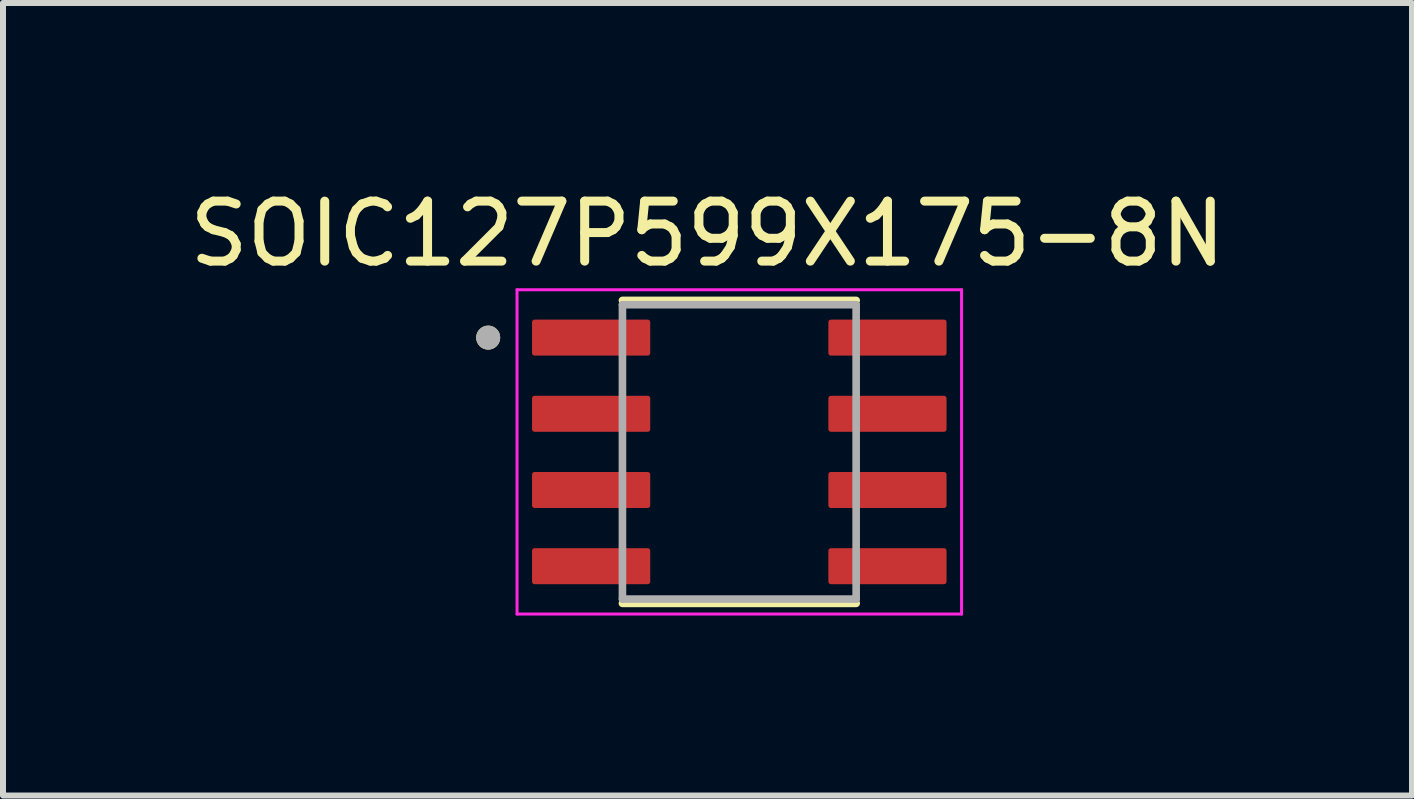
<source format=kicad_pcb>
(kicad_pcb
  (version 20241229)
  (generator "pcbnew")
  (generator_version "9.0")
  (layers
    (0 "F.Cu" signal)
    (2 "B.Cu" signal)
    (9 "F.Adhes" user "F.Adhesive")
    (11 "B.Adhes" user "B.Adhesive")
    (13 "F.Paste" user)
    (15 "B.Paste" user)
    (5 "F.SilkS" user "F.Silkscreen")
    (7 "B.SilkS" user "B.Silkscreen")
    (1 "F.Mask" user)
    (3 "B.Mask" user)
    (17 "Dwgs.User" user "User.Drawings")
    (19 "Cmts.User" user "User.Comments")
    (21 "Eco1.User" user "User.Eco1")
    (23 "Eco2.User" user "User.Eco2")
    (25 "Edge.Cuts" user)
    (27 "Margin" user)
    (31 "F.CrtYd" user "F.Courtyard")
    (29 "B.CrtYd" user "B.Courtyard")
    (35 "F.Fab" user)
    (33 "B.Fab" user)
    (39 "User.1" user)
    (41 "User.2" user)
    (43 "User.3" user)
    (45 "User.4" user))
  (footprint "SOIC127P599X175-8N"
    (layer "F.Cu")
    (at 9.274 4.483)
    (property "Reference" "SOIC127P599X175-8N" (at -0.53 -3.635 0) (layer "F.SilkS") (effects (font (size 1 1) (thickness 0.15))))
    (attr through_hole)
    (fp_line (start -1.948 -2.525) (end 1.948 -2.525) (stroke (width 0.127) (type solid)) (layer "F.SilkS"))
    (fp_line (start -1.948 2.525) (end 1.948 2.525) (stroke (width 0.127) (type solid)) (layer "F.SilkS"))
    (fp_circle (center -4.186 -1.905) (end -4.086 -1.905) (stroke (width 0.2) (type solid)) (fill no) (layer "F.SilkS"))
    (fp_line (start -3.705 -2.703) (end -3.705 2.703) (stroke (width 0.05) (type solid)) (layer "F.CrtYd"))
    (fp_line (start -3.705 -2.703) (end 3.705 -2.703) (stroke (width 0.05) (type solid)) (layer "F.CrtYd"))
    (fp_line (start -3.705 2.703) (end 3.705 2.703) (stroke (width 0.05) (type solid)) (layer "F.CrtYd"))
    (fp_line (start 3.705 -2.703) (end 3.705 2.703) (stroke (width 0.05) (type solid)) (layer "F.CrtYd"))
    (fp_line (start -1.948 -2.453) (end -1.948 2.453) (stroke (width 0.127) (type solid)) (layer "F.Fab"))
    (fp_line (start -1.948 -2.453) (end 1.948 -2.453) (stroke (width 0.127) (type solid)) (layer "F.Fab"))
    (fp_line (start -1.948 2.453) (end 1.948 2.453) (stroke (width 0.127) (type solid)) (layer "F.Fab"))
    (fp_line (start 1.948 -2.453) (end 1.948 2.453) (stroke (width 0.127) (type solid)) (layer "F.Fab"))
    (fp_circle (center -4.186 -1.905) (end -4.086 -1.905) (stroke (width 0.2) (type solid)) (fill no) (layer "F.Fab"))
    (pad "1" smd roundrect (at -2.47 -1.905) (size 1.97 0.6) (layers "F.Cu" "F.Mask" "F.Paste") (roundrect_rratio 0.07))
    (pad "2" smd roundrect (at -2.47 -0.635) (size 1.97 0.6) (layers "F.Cu" "F.Mask" "F.Paste") (roundrect_rratio 0.07))
    (pad "3" smd roundrect (at -2.47 0.635) (size 1.97 0.6) (layers "F.Cu" "F.Mask" "F.Paste") (roundrect_rratio 0.07))
    (pad "4" smd roundrect (at -2.47 1.905) (size 1.97 0.6) (layers "F.Cu" "F.Mask" "F.Paste") (roundrect_rratio 0.07))
    (pad "5" smd roundrect (at 2.47 1.905) (size 1.97 0.6) (layers "F.Cu" "F.Mask" "F.Paste") (roundrect_rratio 0.07))
    (pad "6" smd roundrect (at 2.47 0.635) (size 1.97 0.6) (layers "F.Cu" "F.Mask" "F.Paste") (roundrect_rratio 0.07))
    (pad "7" smd roundrect (at 2.47 -0.635) (size 1.97 0.6) (layers "F.Cu" "F.Mask" "F.Paste") (roundrect_rratio 0.07))
    (pad "8" smd roundrect (at 2.47 -1.905) (size 1.97 0.6) (layers "F.Cu" "F.Mask" "F.Paste") (roundrect_rratio 0.07)))
  (gr_rect
    (start -3 -3)
    (end 20.488 10.211)
    (stroke (width 0.1) (type default))
    (fill no)
    (layer "Edge.Cuts")))
</source>
